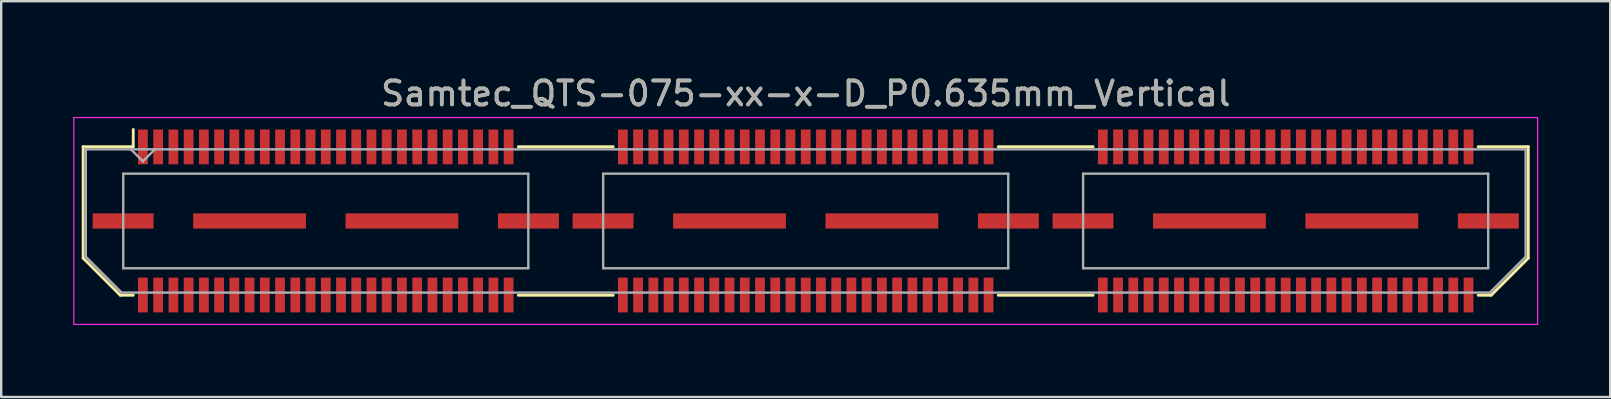
<source format=kicad_pcb>
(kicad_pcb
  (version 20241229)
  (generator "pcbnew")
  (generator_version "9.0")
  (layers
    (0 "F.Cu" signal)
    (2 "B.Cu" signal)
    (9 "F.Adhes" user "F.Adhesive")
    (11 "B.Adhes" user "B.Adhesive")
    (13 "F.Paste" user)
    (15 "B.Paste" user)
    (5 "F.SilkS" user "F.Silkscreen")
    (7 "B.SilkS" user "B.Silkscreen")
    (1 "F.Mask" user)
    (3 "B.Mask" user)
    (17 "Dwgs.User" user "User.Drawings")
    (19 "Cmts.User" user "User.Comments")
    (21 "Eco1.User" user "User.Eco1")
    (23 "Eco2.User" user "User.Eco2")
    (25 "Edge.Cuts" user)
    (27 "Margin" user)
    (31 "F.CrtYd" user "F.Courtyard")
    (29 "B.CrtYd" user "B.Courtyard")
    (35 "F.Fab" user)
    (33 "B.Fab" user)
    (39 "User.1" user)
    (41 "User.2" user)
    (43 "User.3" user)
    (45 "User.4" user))
  (footprint "Samtec_QTS-075-xx-x-D_P0.635mm_Vertical"
    (layer "F.Cu")
    (at 30.525 6.158)
    (property "Reference" "Samtec_QTS-075-xx-x-D_P0.635mm_Vertical" (at 0 -5.31 0) (layer "F.SilkS") (effects (font (size 1 1) (thickness 0.15))))
    (attr smd)
    (fp_line (start -30.11 -3.095) (end -30.11 1.548) (stroke (width 0.12) (type solid)) (layer "F.SilkS"))
    (fp_line (start -30.11 1.548) (end -28.562 3.095) (stroke (width 0.12) (type solid)) (layer "F.SilkS"))
    (fp_line (start -28.562 3.095) (end -28.023 3.095) (stroke (width 0.12) (type solid)) (layer "F.SilkS"))
    (fp_line (start -28.023 -3.811) (end -28.023 -3.095) (stroke (width 0.12) (type solid)) (layer "F.SilkS"))
    (fp_line (start -28.023 -3.095) (end -30.11 -3.095) (stroke (width 0.12) (type solid)) (layer "F.SilkS"))
    (fp_line (start -11.977 -3.095) (end -8.023 -3.095) (stroke (width 0.12) (type solid)) (layer "F.SilkS"))
    (fp_line (start -11.977 3.095) (end -8.023 3.095) (stroke (width 0.12) (type solid)) (layer "F.SilkS"))
    (fp_line (start 8.023 -3.095) (end 11.977 -3.095) (stroke (width 0.12) (type solid)) (layer "F.SilkS"))
    (fp_line (start 8.023 3.095) (end 11.977 3.095) (stroke (width 0.12) (type solid)) (layer "F.SilkS"))
    (fp_line (start 28.023 -3.095) (end 30.11 -3.095) (stroke (width 0.12) (type solid)) (layer "F.SilkS"))
    (fp_line (start 28.562 3.095) (end 28.023 3.095) (stroke (width 0.12) (type solid)) (layer "F.SilkS"))
    (fp_line (start 30.11 -3.095) (end 30.11 1.548) (stroke (width 0.12) (type solid)) (layer "F.SilkS"))
    (fp_line (start 30.11 1.548) (end 28.562 3.095) (stroke (width 0.12) (type solid)) (layer "F.SilkS"))
    (fp_line (start -30.5 -4.31) (end -30.5 4.31) (stroke (width 0.05) (type solid)) (layer "F.CrtYd"))
    (fp_line (start -30.5 4.31) (end 30.5 4.31) (stroke (width 0.05) (type solid)) (layer "F.CrtYd"))
    (fp_line (start 30.5 -4.31) (end -30.5 -4.31) (stroke (width 0.05) (type solid)) (layer "F.CrtYd"))
    (fp_line (start 30.5 4.31) (end 30.5 -4.31) (stroke (width 0.05) (type solid)) (layer "F.CrtYd"))
    (fp_line (start -30 -2.985) (end -30 1.492) (stroke (width 0.1) (type solid)) (layer "F.Fab"))
    (fp_line (start -30 -2.985) (end 30 -2.985) (stroke (width 0.1) (type solid)) (layer "F.Fab"))
    (fp_line (start -30 1.492) (end -28.508 2.985) (stroke (width 0.1) (type solid)) (layer "F.Fab"))
    (fp_line (start -28.508 2.985) (end 28.508 2.985) (stroke (width 0.1) (type solid)) (layer "F.Fab"))
    (fp_line (start -28.44 -1.97) (end -28.44 1.97) (stroke (width 0.1) (type solid)) (layer "F.Fab"))
    (fp_line (start -28.44 1.97) (end -11.56 1.97) (stroke (width 0.1) (type solid)) (layer "F.Fab"))
    (fp_line (start -27.62 -2.485) (end -28.12 -2.985) (stroke (width 0.1) (type solid)) (layer "F.Fab"))
    (fp_line (start -27.12 -2.985) (end -27.62 -2.485) (stroke (width 0.1) (type solid)) (layer "F.Fab"))
    (fp_line (start -11.56 -1.97) (end -28.44 -1.97) (stroke (width 0.1) (type solid)) (layer "F.Fab"))
    (fp_line (start -11.56 1.97) (end -11.56 -1.97) (stroke (width 0.1) (type solid)) (layer "F.Fab"))
    (fp_line (start -8.44 -1.97) (end -8.44 1.97) (stroke (width 0.1) (type solid)) (layer "F.Fab"))
    (fp_line (start -8.44 1.97) (end 8.44 1.97) (stroke (width 0.1) (type solid)) (layer "F.Fab"))
    (fp_line (start 8.44 -1.97) (end -8.44 -1.97) (stroke (width 0.1) (type solid)) (layer "F.Fab"))
    (fp_line (start 8.44 1.97) (end 8.44 -1.97) (stroke (width 0.1) (type solid)) (layer "F.Fab"))
    (fp_line (start 11.56 -1.97) (end 11.56 1.97) (stroke (width 0.1) (type solid)) (layer "F.Fab"))
    (fp_line (start 11.56 1.97) (end 28.44 1.97) (stroke (width 0.1) (type solid)) (layer "F.Fab"))
    (fp_line (start 28.44 -1.97) (end 11.56 -1.97) (stroke (width 0.1) (type solid)) (layer "F.Fab"))
    (fp_line (start 28.44 1.97) (end 28.44 -1.97) (stroke (width 0.1) (type solid)) (layer "F.Fab"))
    (fp_line (start 30 -2.985) (end 30 1.492) (stroke (width 0.1) (type solid)) (layer "F.Fab"))
    (fp_line (start 30 1.492) (end 28.508 2.985) (stroke (width 0.1) (type solid)) (layer "F.Fab"))
    (fp_text user "${REFERENCE}" (at 0 -5.31 0) (layer "F.Fab") (effects (font (size 1 1) (thickness 0.15))))
    (pad "1" smd rect (at -27.62 -3.086) (size 0.406 1.45) (layers "F.Cu" "F.Mask" "F.Paste"))
    (pad "2" smd rect (at -27.62 3.086) (size 0.406 1.45) (layers "F.Cu" "F.Mask" "F.Paste"))
    (pad "3" smd rect (at -26.985 -3.086) (size 0.406 1.45) (layers "F.Cu" "F.Mask" "F.Paste"))
    (pad "4" smd rect (at -26.985 3.086) (size 0.406 1.45) (layers "F.Cu" "F.Mask" "F.Paste"))
    (pad "5" smd rect (at -26.35 -3.086) (size 0.406 1.45) (layers "F.Cu" "F.Mask" "F.Paste"))
    (pad "6" smd rect (at -26.35 3.086) (size 0.406 1.45) (layers "F.Cu" "F.Mask" "F.Paste"))
    (pad "7" smd rect (at -25.715 -3.086) (size 0.406 1.45) (layers "F.Cu" "F.Mask" "F.Paste"))
    (pad "8" smd rect (at -25.715 3.086) (size 0.406 1.45) (layers "F.Cu" "F.Mask" "F.Paste"))
    (pad "9" smd rect (at -25.08 -3.086) (size 0.406 1.45) (layers "F.Cu" "F.Mask" "F.Paste"))
    (pad "10" smd rect (at -25.08 3.086) (size 0.406 1.45) (layers "F.Cu" "F.Mask" "F.Paste"))
    (pad "11" smd rect (at -24.445 -3.086) (size 0.406 1.45) (layers "F.Cu" "F.Mask" "F.Paste"))
    (pad "12" smd rect (at -24.445 3.086) (size 0.406 1.45) (layers "F.Cu" "F.Mask" "F.Paste"))
    (pad "13" smd rect (at -23.81 -3.086) (size 0.406 1.45) (layers "F.Cu" "F.Mask" "F.Paste"))
    (pad "14" smd rect (at -23.81 3.086) (size 0.406 1.45) (layers "F.Cu" "F.Mask" "F.Paste"))
    (pad "15" smd rect (at -23.175 -3.086) (size 0.406 1.45) (layers "F.Cu" "F.Mask" "F.Paste"))
    (pad "16" smd rect (at -23.175 3.086) (size 0.406 1.45) (layers "F.Cu" "F.Mask" "F.Paste"))
    (pad "17" smd rect (at -22.54 -3.086) (size 0.406 1.45) (layers "F.Cu" "F.Mask" "F.Paste"))
    (pad "18" smd rect (at -22.54 3.086) (size 0.406 1.45) (layers "F.Cu" "F.Mask" "F.Paste"))
    (pad "19" smd rect (at -21.905 -3.086) (size 0.406 1.45) (layers "F.Cu" "F.Mask" "F.Paste"))
    (pad "20" smd rect (at -21.905 3.086) (size 0.406 1.45) (layers "F.Cu" "F.Mask" "F.Paste"))
    (pad "21" smd rect (at -21.27 -3.086) (size 0.406 1.45) (layers "F.Cu" "F.Mask" "F.Paste"))
    (pad "22" smd rect (at -21.27 3.086) (size 0.406 1.45) (layers "F.Cu" "F.Mask" "F.Paste"))
    (pad "23" smd rect (at -20.635 -3.086) (size 0.406 1.45) (layers "F.Cu" "F.Mask" "F.Paste"))
    (pad "24" smd rect (at -20.635 3.086) (size 0.406 1.45) (layers "F.Cu" "F.Mask" "F.Paste"))
    (pad "25" smd rect (at -20 -3.086) (size 0.406 1.45) (layers "F.Cu" "F.Mask" "F.Paste"))
    (pad "26" smd rect (at -20 3.086) (size 0.406 1.45) (layers "F.Cu" "F.Mask" "F.Paste"))
    (pad "27" smd rect (at -19.365 -3.086) (size 0.406 1.45) (layers "F.Cu" "F.Mask" "F.Paste"))
    (pad "28" smd rect (at -19.365 3.086) (size 0.406 1.45) (layers "F.Cu" "F.Mask" "F.Paste"))
    (pad "29" smd rect (at -18.73 -3.086) (size 0.406 1.45) (layers "F.Cu" "F.Mask" "F.Paste"))
    (pad "30" smd rect (at -18.73 3.086) (size 0.406 1.45) (layers "F.Cu" "F.Mask" "F.Paste"))
    (pad "31" smd rect (at -18.095 -3.086) (size 0.406 1.45) (layers "F.Cu" "F.Mask" "F.Paste"))
    (pad "32" smd rect (at -18.095 3.086) (size 0.406 1.45) (layers "F.Cu" "F.Mask" "F.Paste"))
    (pad "33" smd rect (at -17.46 -3.086) (size 0.406 1.45) (layers "F.Cu" "F.Mask" "F.Paste"))
    (pad "34" smd rect (at -17.46 3.086) (size 0.406 1.45) (layers "F.Cu" "F.Mask" "F.Paste"))
    (pad "35" smd rect (at -16.825 -3.086) (size 0.406 1.45) (layers "F.Cu" "F.Mask" "F.Paste"))
    (pad "36" smd rect (at -16.825 3.086) (size 0.406 1.45) (layers "F.Cu" "F.Mask" "F.Paste"))
    (pad "37" smd rect (at -16.19 -3.086) (size 0.406 1.45) (layers "F.Cu" "F.Mask" "F.Paste"))
    (pad "38" smd rect (at -16.19 3.086) (size 0.406 1.45) (layers "F.Cu" "F.Mask" "F.Paste"))
    (pad "39" smd rect (at -15.555 -3.086) (size 0.406 1.45) (layers "F.Cu" "F.Mask" "F.Paste"))
    (pad "40" smd rect (at -15.555 3.086) (size 0.406 1.45) (layers "F.Cu" "F.Mask" "F.Paste"))
    (pad "41" smd rect (at -14.92 -3.086) (size 0.406 1.45) (layers "F.Cu" "F.Mask" "F.Paste"))
    (pad "42" smd rect (at -14.92 3.086) (size 0.406 1.45) (layers "F.Cu" "F.Mask" "F.Paste"))
    (pad "43" smd rect (at -14.285 -3.086) (size 0.406 1.45) (layers "F.Cu" "F.Mask" "F.Paste"))
    (pad "44" smd rect (at -14.285 3.086) (size 0.406 1.45) (layers "F.Cu" "F.Mask" "F.Paste"))
    (pad "45" smd rect (at -13.65 -3.086) (size 0.406 1.45) (layers "F.Cu" "F.Mask" "F.Paste"))
    (pad "46" smd rect (at -13.65 3.086) (size 0.406 1.45) (layers "F.Cu" "F.Mask" "F.Paste"))
    (pad "47" smd rect (at -13.015 -3.086) (size 0.406 1.45) (layers "F.Cu" "F.Mask" "F.Paste"))
    (pad "48" smd rect (at -13.015 3.086) (size 0.406 1.45) (layers "F.Cu" "F.Mask" "F.Paste"))
    (pad "49" smd rect (at -12.38 -3.086) (size 0.406 1.45) (layers "F.Cu" "F.Mask" "F.Paste"))
    (pad "50" smd rect (at -12.38 3.086) (size 0.406 1.45) (layers "F.Cu" "F.Mask" "F.Paste"))
    (pad "51" smd rect (at -7.62 -3.086) (size 0.406 1.45) (layers "F.Cu" "F.Mask" "F.Paste"))
    (pad "52" smd rect (at -7.62 3.086) (size 0.406 1.45) (layers "F.Cu" "F.Mask" "F.Paste"))
    (pad "53" smd rect (at -6.985 -3.086) (size 0.406 1.45) (layers "F.Cu" "F.Mask" "F.Paste"))
    (pad "54" smd rect (at -6.985 3.086) (size 0.406 1.45) (layers "F.Cu" "F.Mask" "F.Paste"))
    (pad "55" smd rect (at -6.35 -3.086) (size 0.406 1.45) (layers "F.Cu" "F.Mask" "F.Paste"))
    (pad "56" smd rect (at -6.35 3.086) (size 0.406 1.45) (layers "F.Cu" "F.Mask" "F.Paste"))
    (pad "57" smd rect (at -5.715 -3.086) (size 0.406 1.45) (layers "F.Cu" "F.Mask" "F.Paste"))
    (pad "58" smd rect (at -5.715 3.086) (size 0.406 1.45) (layers "F.Cu" "F.Mask" "F.Paste"))
    (pad "59" smd rect (at -5.08 -3.086) (size 0.406 1.45) (layers "F.Cu" "F.Mask" "F.Paste"))
    (pad "60" smd rect (at -5.08 3.086) (size 0.406 1.45) (layers "F.Cu" "F.Mask" "F.Paste"))
    (pad "61" smd rect (at -4.445 -3.086) (size 0.406 1.45) (layers "F.Cu" "F.Mask" "F.Paste"))
    (pad "62" smd rect (at -4.445 3.086) (size 0.406 1.45) (layers "F.Cu" "F.Mask" "F.Paste"))
    (pad "63" smd rect (at -3.81 -3.086) (size 0.406 1.45) (layers "F.Cu" "F.Mask" "F.Paste"))
    (pad "64" smd rect (at -3.81 3.086) (size 0.406 1.45) (layers "F.Cu" "F.Mask" "F.Paste"))
    (pad "65" smd rect (at -3.175 -3.086) (size 0.406 1.45) (layers "F.Cu" "F.Mask" "F.Paste"))
    (pad "66" smd rect (at -3.175 3.086) (size 0.406 1.45) (layers "F.Cu" "F.Mask" "F.Paste"))
    (pad "67" smd rect (at -2.54 -3.086) (size 0.406 1.45) (layers "F.Cu" "F.Mask" "F.Paste"))
    (pad "68" smd rect (at -2.54 3.086) (size 0.406 1.45) (layers "F.Cu" "F.Mask" "F.Paste"))
    (pad "69" smd rect (at -1.905 -3.086) (size 0.406 1.45) (layers "F.Cu" "F.Mask" "F.Paste"))
    (pad "70" smd rect (at -1.905 3.086) (size 0.406 1.45) (layers "F.Cu" "F.Mask" "F.Paste"))
    (pad "71" smd rect (at -1.27 -3.086) (size 0.406 1.45) (layers "F.Cu" "F.Mask" "F.Paste"))
    (pad "72" smd rect (at -1.27 3.086) (size 0.406 1.45) (layers "F.Cu" "F.Mask" "F.Paste"))
    (pad "73" smd rect (at -0.635 -3.086) (size 0.406 1.45) (layers "F.Cu" "F.Mask" "F.Paste"))
    (pad "74" smd rect (at -0.635 3.086) (size 0.406 1.45) (layers "F.Cu" "F.Mask" "F.Paste"))
    (pad "75" smd rect (at 0 -3.086) (size 0.406 1.45) (layers "F.Cu" "F.Mask" "F.Paste"))
    (pad "76" smd rect (at 0 3.086) (size 0.406 1.45) (layers "F.Cu" "F.Mask" "F.Paste"))
    (pad "77" smd rect (at 0.635 -3.086) (size 0.406 1.45) (layers "F.Cu" "F.Mask" "F.Paste"))
    (pad "78" smd rect (at 0.635 3.086) (size 0.406 1.45) (layers "F.Cu" "F.Mask" "F.Paste"))
    (pad "79" smd rect (at 1.27 -3.086) (size 0.406 1.45) (layers "F.Cu" "F.Mask" "F.Paste"))
    (pad "80" smd rect (at 1.27 3.086) (size 0.406 1.45) (layers "F.Cu" "F.Mask" "F.Paste"))
    (pad "81" smd rect (at 1.905 -3.086) (size 0.406 1.45) (layers "F.Cu" "F.Mask" "F.Paste"))
    (pad "82" smd rect (at 1.905 3.086) (size 0.406 1.45) (layers "F.Cu" "F.Mask" "F.Paste"))
    (pad "83" smd rect (at 2.54 -3.086) (size 0.406 1.45) (layers "F.Cu" "F.Mask" "F.Paste"))
    (pad "84" smd rect (at 2.54 3.086) (size 0.406 1.45) (layers "F.Cu" "F.Mask" "F.Paste"))
    (pad "85" smd rect (at 3.175 -3.086) (size 0.406 1.45) (layers "F.Cu" "F.Mask" "F.Paste"))
    (pad "86" smd rect (at 3.175 3.086) (size 0.406 1.45) (layers "F.Cu" "F.Mask" "F.Paste"))
    (pad "87" smd rect (at 3.81 -3.086) (size 0.406 1.45) (layers "F.Cu" "F.Mask" "F.Paste"))
    (pad "88" smd rect (at 3.81 3.086) (size 0.406 1.45) (layers "F.Cu" "F.Mask" "F.Paste"))
    (pad "89" smd rect (at 4.445 -3.086) (size 0.406 1.45) (layers "F.Cu" "F.Mask" "F.Paste"))
    (pad "90" smd rect (at 4.445 3.086) (size 0.406 1.45) (layers "F.Cu" "F.Mask" "F.Paste"))
    (pad "91" smd rect (at 5.08 -3.086) (size 0.406 1.45) (layers "F.Cu" "F.Mask" "F.Paste"))
    (pad "92" smd rect (at 5.08 3.086) (size 0.406 1.45) (layers "F.Cu" "F.Mask" "F.Paste"))
    (pad "93" smd rect (at 5.715 -3.086) (size 0.406 1.45) (layers "F.Cu" "F.Mask" "F.Paste"))
    (pad "94" smd rect (at 5.715 3.086) (size 0.406 1.45) (layers "F.Cu" "F.Mask" "F.Paste"))
    (pad "95" smd rect (at 6.35 -3.086) (size 0.406 1.45) (layers "F.Cu" "F.Mask" "F.Paste"))
    (pad "96" smd rect (at 6.35 3.086) (size 0.406 1.45) (layers "F.Cu" "F.Mask" "F.Paste"))
    (pad "97" smd rect (at 6.985 -3.086) (size 0.406 1.45) (layers "F.Cu" "F.Mask" "F.Paste"))
    (pad "98" smd rect (at 6.985 3.086) (size 0.406 1.45) (layers "F.Cu" "F.Mask" "F.Paste"))
    (pad "99" smd rect (at 7.62 -3.086) (size 0.406 1.45) (layers "F.Cu" "F.Mask" "F.Paste"))
    (pad "100" smd rect (at 7.62 3.086) (size 0.406 1.45) (layers "F.Cu" "F.Mask" "F.Paste"))
    (pad "101" smd rect (at 12.38 -3.086) (size 0.406 1.45) (layers "F.Cu" "F.Mask" "F.Paste"))
    (pad "102" smd rect (at 12.38 3.086) (size 0.406 1.45) (layers "F.Cu" "F.Mask" "F.Paste"))
    (pad "103" smd rect (at 13.015 -3.086) (size 0.406 1.45) (layers "F.Cu" "F.Mask" "F.Paste"))
    (pad "104" smd rect (at 13.015 3.086) (size 0.406 1.45) (layers "F.Cu" "F.Mask" "F.Paste"))
    (pad "105" smd rect (at 13.65 -3.086) (size 0.406 1.45) (layers "F.Cu" "F.Mask" "F.Paste"))
    (pad "106" smd rect (at 13.65 3.086) (size 0.406 1.45) (layers "F.Cu" "F.Mask" "F.Paste"))
    (pad "107" smd rect (at 14.285 -3.086) (size 0.406 1.45) (layers "F.Cu" "F.Mask" "F.Paste"))
    (pad "108" smd rect (at 14.285 3.086) (size 0.406 1.45) (layers "F.Cu" "F.Mask" "F.Paste"))
    (pad "109" smd rect (at 14.92 -3.086) (size 0.406 1.45) (layers "F.Cu" "F.Mask" "F.Paste"))
    (pad "110" smd rect (at 14.92 3.086) (size 0.406 1.45) (layers "F.Cu" "F.Mask" "F.Paste"))
    (pad "111" smd rect (at 15.555 -3.086) (size 0.406 1.45) (layers "F.Cu" "F.Mask" "F.Paste"))
    (pad "112" smd rect (at 15.555 3.086) (size 0.406 1.45) (layers "F.Cu" "F.Mask" "F.Paste"))
    (pad "113" smd rect (at 16.19 -3.086) (size 0.406 1.45) (layers "F.Cu" "F.Mask" "F.Paste"))
    (pad "114" smd rect (at 16.19 3.086) (size 0.406 1.45) (layers "F.Cu" "F.Mask" "F.Paste"))
    (pad "115" smd rect (at 16.825 -3.086) (size 0.406 1.45) (layers "F.Cu" "F.Mask" "F.Paste"))
    (pad "116" smd rect (at 16.825 3.086) (size 0.406 1.45) (layers "F.Cu" "F.Mask" "F.Paste"))
    (pad "117" smd rect (at 17.46 -3.086) (size 0.406 1.45) (layers "F.Cu" "F.Mask" "F.Paste"))
    (pad "118" smd rect (at 17.46 3.086) (size 0.406 1.45) (layers "F.Cu" "F.Mask" "F.Paste"))
    (pad "119" smd rect (at 18.095 -3.086) (size 0.406 1.45) (layers "F.Cu" "F.Mask" "F.Paste"))
    (pad "120" smd rect (at 18.095 3.086) (size 0.406 1.45) (layers "F.Cu" "F.Mask" "F.Paste"))
    (pad "121" smd rect (at 18.73 -3.086) (size 0.406 1.45) (layers "F.Cu" "F.Mask" "F.Paste"))
    (pad "122" smd rect (at 18.73 3.086) (size 0.406 1.45) (layers "F.Cu" "F.Mask" "F.Paste"))
    (pad "123" smd rect (at 19.365 -3.086) (size 0.406 1.45) (layers "F.Cu" "F.Mask" "F.Paste"))
    (pad "124" smd rect (at 19.365 3.086) (size 0.406 1.45) (layers "F.Cu" "F.Mask" "F.Paste"))
    (pad "125" smd rect (at 20 -3.086) (size 0.406 1.45) (layers "F.Cu" "F.Mask" "F.Paste"))
    (pad "126" smd rect (at 20 3.086) (size 0.406 1.45) (layers "F.Cu" "F.Mask" "F.Paste"))
    (pad "127" smd rect (at 20.635 -3.086) (size 0.406 1.45) (layers "F.Cu" "F.Mask" "F.Paste"))
    (pad "128" smd rect (at 20.635 3.086) (size 0.406 1.45) (layers "F.Cu" "F.Mask" "F.Paste"))
    (pad "129" smd rect (at 21.27 -3.086) (size 0.406 1.45) (layers "F.Cu" "F.Mask" "F.Paste"))
    (pad "130" smd rect (at 21.27 3.086) (size 0.406 1.45) (layers "F.Cu" "F.Mask" "F.Paste"))
    (pad "131" smd rect (at 21.905 -3.086) (size 0.406 1.45) (layers "F.Cu" "F.Mask" "F.Paste"))
    (pad "132" smd rect (at 21.905 3.086) (size 0.406 1.45) (layers "F.Cu" "F.Mask" "F.Paste"))
    (pad "133" smd rect (at 22.54 -3.086) (size 0.406 1.45) (layers "F.Cu" "F.Mask" "F.Paste"))
    (pad "134" smd rect (at 22.54 3.086) (size 0.406 1.45) (layers "F.Cu" "F.Mask" "F.Paste"))
    (pad "135" smd rect (at 23.175 -3.086) (size 0.406 1.45) (layers "F.Cu" "F.Mask" "F.Paste"))
    (pad "136" smd rect (at 23.175 3.086) (size 0.406 1.45) (layers "F.Cu" "F.Mask" "F.Paste"))
    (pad "137" smd rect (at 23.81 -3.086) (size 0.406 1.45) (layers "F.Cu" "F.Mask" "F.Paste"))
    (pad "138" smd rect (at 23.81 3.086) (size 0.406 1.45) (layers "F.Cu" "F.Mask" "F.Paste"))
    (pad "139" smd rect (at 24.445 -3.086) (size 0.406 1.45) (layers "F.Cu" "F.Mask" "F.Paste"))
    (pad "140" smd rect (at 24.445 3.086) (size 0.406 1.45) (layers "F.Cu" "F.Mask" "F.Paste"))
    (pad "141" smd rect (at 25.08 -3.086) (size 0.406 1.45) (layers "F.Cu" "F.Mask" "F.Paste"))
    (pad "142" smd rect (at 25.08 3.086) (size 0.406 1.45) (layers "F.Cu" "F.Mask" "F.Paste"))
    (pad "143" smd rect (at 25.715 -3.086) (size 0.406 1.45) (layers "F.Cu" "F.Mask" "F.Paste"))
    (pad "144" smd rect (at 25.715 3.086) (size 0.406 1.45) (layers "F.Cu" "F.Mask" "F.Paste"))
    (pad "145" smd rect (at 26.35 -3.086) (size 0.406 1.45) (layers "F.Cu" "F.Mask" "F.Paste"))
    (pad "146" smd rect (at 26.35 3.086) (size 0.406 1.45) (layers "F.Cu" "F.Mask" "F.Paste"))
    (pad "147" smd rect (at 26.985 -3.086) (size 0.406 1.45) (layers "F.Cu" "F.Mask" "F.Paste"))
    (pad "148" smd rect (at 26.985 3.086) (size 0.406 1.45) (layers "F.Cu" "F.Mask" "F.Paste"))
    (pad "149" smd rect (at 27.62 -3.086) (size 0.406 1.45) (layers "F.Cu" "F.Mask" "F.Paste"))
    (pad "150" smd rect (at 27.62 3.086) (size 0.406 1.45) (layers "F.Cu" "F.Mask" "F.Paste"))
    (pad "P1" smd rect (at -28.445 0) (size 2.54 0.635) (layers "F.Cu" "F.Mask" "F.Paste"))
    (pad "P1" smd rect (at -23.175 0) (size 4.7 0.635) (layers "F.Cu" "F.Mask" "F.Paste"))
    (pad "P1" smd rect (at -16.825 0) (size 4.7 0.635) (layers "F.Cu" "F.Mask" "F.Paste"))
    (pad "P1" smd rect (at -11.555 0) (size 2.54 0.635) (layers "F.Cu" "F.Mask" "F.Paste"))
    (pad "P2" smd rect (at -8.445 0) (size 2.54 0.635) (layers "F.Cu" "F.Mask" "F.Paste"))
    (pad "P2" smd rect (at -3.175 0) (size 4.7 0.635) (layers "F.Cu" "F.Mask" "F.Paste"))
    (pad "P2" smd rect (at 3.175 0) (size 4.7 0.635) (layers "F.Cu" "F.Mask" "F.Paste"))
    (pad "P2" smd rect (at 8.445 0) (size 2.54 0.635) (layers "F.Cu" "F.Mask" "F.Paste"))
    (pad "P3" smd rect (at 11.555 0) (size 2.54 0.635) (layers "F.Cu" "F.Mask" "F.Paste"))
    (pad "P3" smd rect (at 16.825 0) (size 4.7 0.635) (layers "F.Cu" "F.Mask" "F.Paste"))
    (pad "P3" smd rect (at 23.175 0) (size 4.7 0.635) (layers "F.Cu" "F.Mask" "F.Paste"))
    (pad "P3" smd rect (at 28.445 0) (size 2.54 0.635) (layers "F.Cu" "F.Mask" "F.Paste")))
  (gr_rect
    (start -3 -3)
    (end 64.05 13.493)
    (stroke (width 0.1) (type default))
    (fill no)
    (layer "Edge.Cuts")))
</source>
